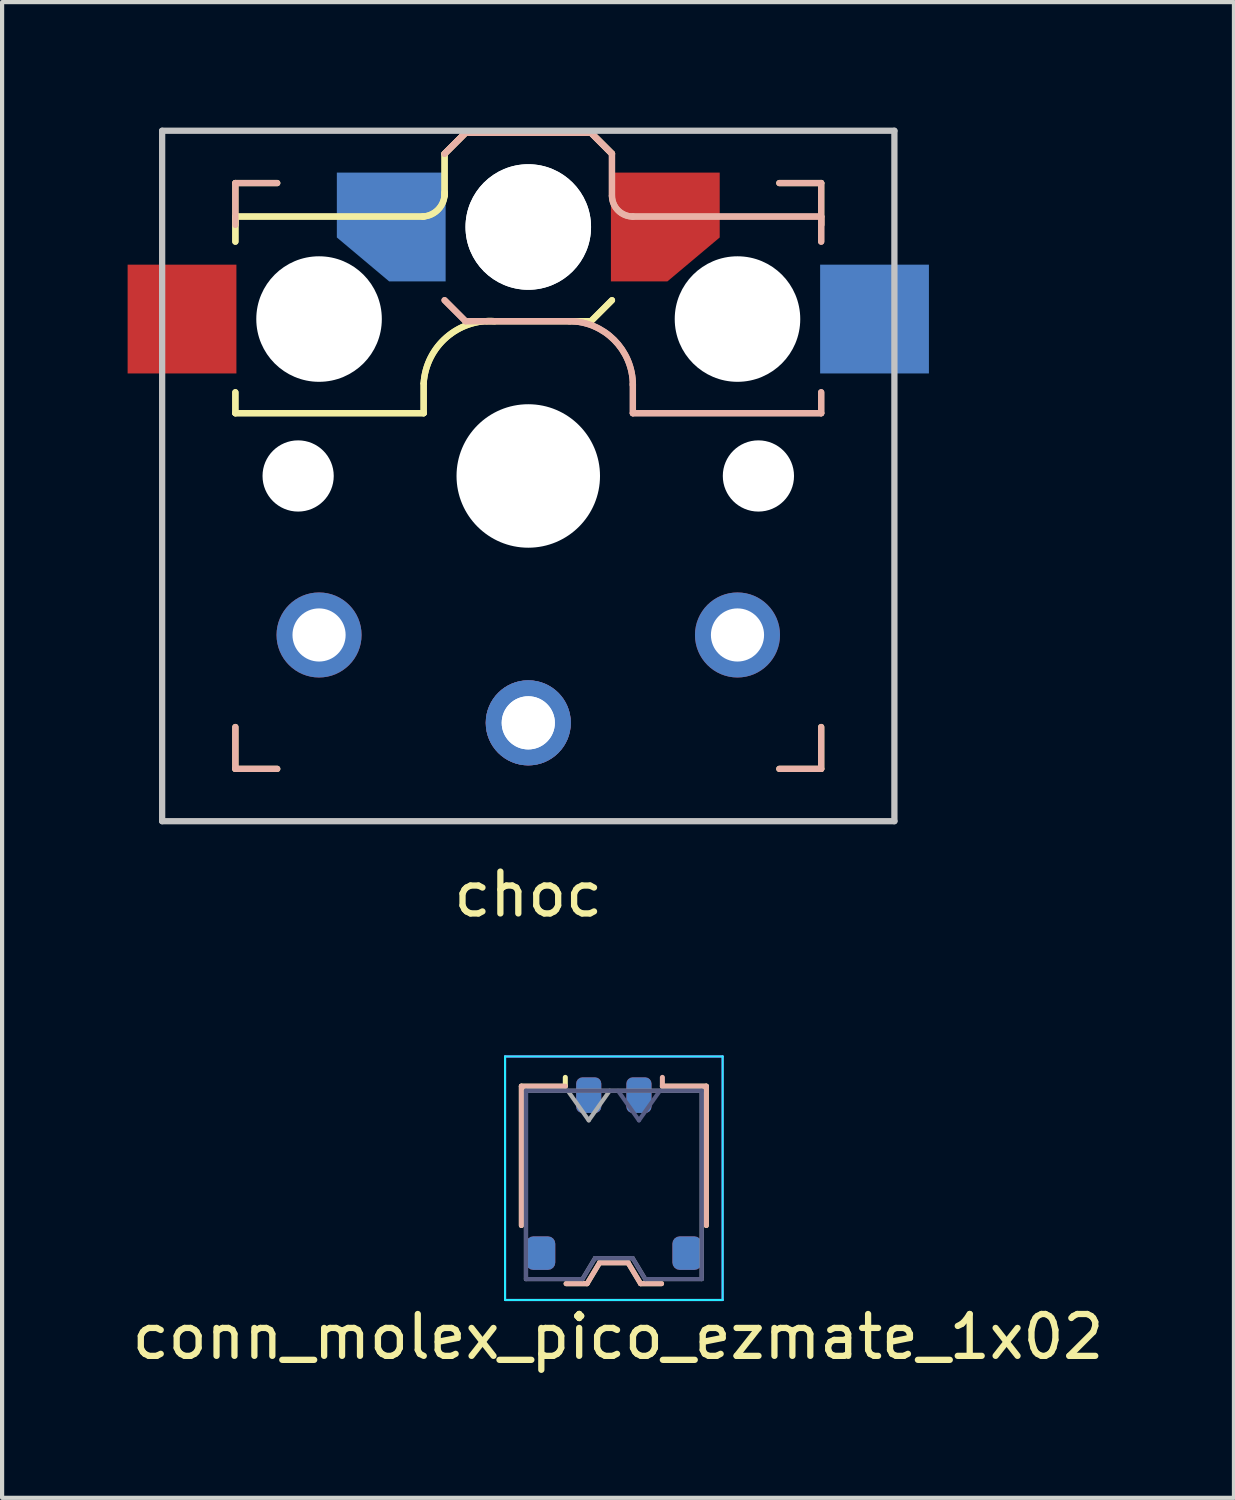
<source format=kicad_pcb>
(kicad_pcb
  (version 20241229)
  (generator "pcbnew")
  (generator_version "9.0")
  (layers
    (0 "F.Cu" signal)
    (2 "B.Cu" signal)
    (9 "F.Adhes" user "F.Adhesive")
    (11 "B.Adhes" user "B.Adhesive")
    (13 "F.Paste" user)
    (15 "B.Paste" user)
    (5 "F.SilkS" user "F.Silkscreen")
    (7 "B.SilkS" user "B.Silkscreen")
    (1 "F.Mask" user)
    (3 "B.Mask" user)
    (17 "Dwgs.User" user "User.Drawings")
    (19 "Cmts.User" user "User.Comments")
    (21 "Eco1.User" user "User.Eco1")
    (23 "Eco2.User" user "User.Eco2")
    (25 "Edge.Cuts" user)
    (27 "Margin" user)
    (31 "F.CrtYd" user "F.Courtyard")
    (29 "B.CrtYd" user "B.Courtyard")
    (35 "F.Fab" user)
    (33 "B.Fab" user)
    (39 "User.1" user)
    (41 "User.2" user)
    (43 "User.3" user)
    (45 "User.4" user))
  (footprint "choc"
    (layer "F.Cu")
    (at 9.575 8.325)
    (property "Reference" "choc" (at 0 10 0) (layer "F.SilkS") (effects (font (size 1 1) (thickness 0.15))))
    (attr through_hole)
    (fp_line (start -7 -6.2) (end -2.5 -6.2) (stroke (width 0.15) (type solid)) (layer "F.SilkS"))
    (fp_line (start -7 -6.2) (end -2.5 -6.2) (stroke (width 0.15) (type solid)) (layer "F.SilkS"))
    (fp_line (start -7 -6) (end -7 -7) (stroke (width 0.15) (type solid)) (layer "F.SilkS"))
    (fp_line (start -7 -5.6) (end -7 -6.2) (stroke (width 0.15) (type solid)) (layer "F.SilkS"))
    (fp_line (start -7 -5.6) (end -7 -6.2) (stroke (width 0.15) (type solid)) (layer "F.SilkS"))
    (fp_line (start -7 -1.5) (end -7 -2) (stroke (width 0.15) (type solid)) (layer "F.SilkS"))
    (fp_line (start -7 -1.5) (end -7 -2) (stroke (width 0.15) (type solid)) (layer "F.SilkS"))
    (fp_line (start -7 7) (end -7 6) (stroke (width 0.15) (type solid)) (layer "F.SilkS"))
    (fp_line (start -7 7) (end -6 7) (stroke (width 0.15) (type solid)) (layer "F.SilkS"))
    (fp_line (start -6 -7) (end -7 -7) (stroke (width 0.15) (type solid)) (layer "F.SilkS"))
    (fp_line (start -2.5 -2.2) (end -2.5 -1.5) (stroke (width 0.15) (type solid)) (layer "F.SilkS"))
    (fp_line (start -2.5 -2.2) (end -2.5 -1.5) (stroke (width 0.15) (type solid)) (layer "F.SilkS"))
    (fp_line (start -2.5 -1.5) (end -7 -1.5) (stroke (width 0.15) (type solid)) (layer "F.SilkS"))
    (fp_line (start -2.5 -1.5) (end -7 -1.5) (stroke (width 0.15) (type solid)) (layer "F.SilkS"))
    (fp_line (start -2 -6.7) (end -2 -7.7) (stroke (width 0.15) (type solid)) (layer "F.SilkS"))
    (fp_line (start -2 -6.7) (end -2 -7.7) (stroke (width 0.15) (type solid)) (layer "F.SilkS"))
    (fp_line (start -1.5 -8.2) (end -2 -7.7) (stroke (width 0.15) (type solid)) (layer "F.SilkS"))
    (fp_line (start -1.5 -8.2) (end -2 -7.7) (stroke (width 0.15) (type solid)) (layer "F.SilkS"))
    (fp_line (start 1.5 -8.2) (end -1.5 -8.2) (stroke (width 0.15) (type solid)) (layer "F.SilkS"))
    (fp_line (start 1.5 -8.2) (end -1.5 -8.2) (stroke (width 0.15) (type solid)) (layer "F.SilkS"))
    (fp_line (start 1.5 -3.7) (end -1 -3.7) (stroke (width 0.15) (type solid)) (layer "F.SilkS"))
    (fp_line (start 1.5 -3.7) (end -1 -3.7) (stroke (width 0.15) (type solid)) (layer "F.SilkS"))
    (fp_line (start 2 -7.7) (end 1.5 -8.2) (stroke (width 0.15) (type solid)) (layer "F.SilkS"))
    (fp_line (start 2 -7.7) (end 1.5 -8.2) (stroke (width 0.15) (type solid)) (layer "F.SilkS"))
    (fp_line (start 2 -4.2) (end 1.5 -3.7) (stroke (width 0.15) (type solid)) (layer "F.SilkS"))
    (fp_line (start 2 -4.2) (end 1.5 -3.7) (stroke (width 0.15) (type solid)) (layer "F.SilkS"))
    (fp_line (start 6 7) (end 7 7) (stroke (width 0.15) (type solid)) (layer "F.SilkS"))
    (fp_line (start 7 -7) (end 6 -7) (stroke (width 0.15) (type solid)) (layer "F.SilkS"))
    (fp_line (start 7 -7) (end 7 -6) (stroke (width 0.15) (type solid)) (layer "F.SilkS"))
    (fp_line (start 7 6) (end 7 7) (stroke (width 0.15) (type solid)) (layer "F.SilkS"))
    (fp_arc (start -2.5 -2.22) (mid -1.956518 -3.312082) (end -0.8 -3.7) (stroke (width 0.15) (type solid)) (layer "F.SilkS"))
    (fp_arc (start -2.5 -2.22) (mid -1.956518 -3.312082) (end -0.8 -3.7) (stroke (width 0.15) (type solid)) (layer "F.SilkS"))
    (fp_arc (start -2 -6.78) (mid -2.139878 -6.382304) (end -2.52 -6.2) (stroke (width 0.15) (type solid)) (layer "F.SilkS"))
    (fp_arc (start -2 -6.78) (mid -2.139878 -6.382304) (end -2.52 -6.2) (stroke (width 0.15) (type solid)) (layer "F.SilkS"))
    (fp_line (start -7 -6) (end -7 -7) (stroke (width 0.15) (type solid)) (layer "B.SilkS"))
    (fp_line (start -7 7) (end -7 6) (stroke (width 0.15) (type solid)) (layer "B.SilkS"))
    (fp_line (start -7 7) (end -6 7) (stroke (width 0.15) (type solid)) (layer "B.SilkS"))
    (fp_line (start -6 -7) (end -7 -7) (stroke (width 0.15) (type solid)) (layer "B.SilkS"))
    (fp_line (start -2 -7.7) (end -1.5 -8.2) (stroke (width 0.15) (type solid)) (layer "B.SilkS"))
    (fp_line (start -2 -7.7) (end -1.5 -8.2) (stroke (width 0.15) (type solid)) (layer "B.SilkS"))
    (fp_line (start -2 -4.2) (end -1.5 -3.7) (stroke (width 0.15) (type solid)) (layer "B.SilkS"))
    (fp_line (start -2 -4.2) (end -1.5 -3.7) (stroke (width 0.15) (type solid)) (layer "B.SilkS"))
    (fp_line (start -1.5 -8.2) (end 1.5 -8.2) (stroke (width 0.15) (type solid)) (layer "B.SilkS"))
    (fp_line (start -1.5 -8.2) (end 1.5 -8.2) (stroke (width 0.15) (type solid)) (layer "B.SilkS"))
    (fp_line (start -1.5 -3.7) (end 1 -3.7) (stroke (width 0.15) (type solid)) (layer "B.SilkS"))
    (fp_line (start -1.5 -3.7) (end 1 -3.7) (stroke (width 0.15) (type solid)) (layer "B.SilkS"))
    (fp_line (start 1.5 -8.2) (end 2 -7.7) (stroke (width 0.15) (type solid)) (layer "B.SilkS"))
    (fp_line (start 1.5 -8.2) (end 2 -7.7) (stroke (width 0.15) (type solid)) (layer "B.SilkS"))
    (fp_line (start 2 -6.7) (end 2 -7.7) (stroke (width 0.15) (type solid)) (layer "B.SilkS"))
    (fp_line (start 2 -6.7) (end 2 -7.7) (stroke (width 0.15) (type solid)) (layer "B.SilkS"))
    (fp_line (start 2.5 -2.2) (end 2.5 -1.5) (stroke (width 0.15) (type solid)) (layer "B.SilkS"))
    (fp_line (start 2.5 -2.2) (end 2.5 -1.5) (stroke (width 0.15) (type solid)) (layer "B.SilkS"))
    (fp_line (start 2.5 -1.5) (end 7 -1.5) (stroke (width 0.15) (type solid)) (layer "B.SilkS"))
    (fp_line (start 2.5 -1.5) (end 7 -1.5) (stroke (width 0.15) (type solid)) (layer "B.SilkS"))
    (fp_line (start 6 7) (end 7 7) (stroke (width 0.15) (type solid)) (layer "B.SilkS"))
    (fp_line (start 7 -7) (end 6 -7) (stroke (width 0.15) (type solid)) (layer "B.SilkS"))
    (fp_line (start 7 -7) (end 7 -6) (stroke (width 0.15) (type solid)) (layer "B.SilkS"))
    (fp_line (start 7 -6.2) (end 2.5 -6.2) (stroke (width 0.15) (type solid)) (layer "B.SilkS"))
    (fp_line (start 7 -6.2) (end 2.5 -6.2) (stroke (width 0.15) (type solid)) (layer "B.SilkS"))
    (fp_line (start 7 -5.6) (end 7 -6.2) (stroke (width 0.15) (type solid)) (layer "B.SilkS"))
    (fp_line (start 7 -5.6) (end 7 -6.2) (stroke (width 0.15) (type solid)) (layer "B.SilkS"))
    (fp_line (start 7 -1.5) (end 7 -2) (stroke (width 0.15) (type solid)) (layer "B.SilkS"))
    (fp_line (start 7 -1.5) (end 7 -2) (stroke (width 0.15) (type solid)) (layer "B.SilkS"))
    (fp_line (start 7 6) (end 7 7) (stroke (width 0.15) (type solid)) (layer "B.SilkS"))
    (fp_arc (start 0.97 -3.7) (mid 2.051873 -3.251873) (end 2.5 -2.17) (stroke (width 0.15) (type solid)) (layer "B.SilkS"))
    (fp_arc (start 0.97 -3.7) (mid 2.051873 -3.251873) (end 2.5 -2.17) (stroke (width 0.15) (type solid)) (layer "B.SilkS"))
    (fp_arc (start 2.500397 -6.199901) (mid 2.150071 -6.34272) (end 2 -6.690001) (stroke (width 0.15) (type solid)) (layer "B.SilkS"))
    (fp_arc (start 2.500397 -6.199901) (mid 2.150071 -6.34272) (end 2 -6.690001) (stroke (width 0.15) (type solid)) (layer "B.SilkS"))
    (fp_line (start -8.75 -8.25) (end 8.75 -8.25) (stroke (width 0.15) (type solid)) (layer "Dwgs.User"))
    (fp_line (start -8.75 8.25) (end -8.75 -8.25) (stroke (width 0.15) (type solid)) (layer "Dwgs.User"))
    (fp_line (start 8.75 -8.25) (end 8.75 8.25) (stroke (width 0.15) (type solid)) (layer "Dwgs.User"))
    (fp_line (start 8.75 8.25) (end -8.75 8.25) (stroke (width 0.15) (type solid)) (layer "Dwgs.User"))
    (pad "" np_thru_hole circle (at -5.5 0 195) (size 1.702 1.702) (drill 1.702) (layers "*.Cu" "*.Mask"))
    (pad "" np_thru_hole circle (at -5 -3.75 195) (size 3 3) (drill 3) (layers "*.Cu" "*.Mask"))
    (pad "" np_thru_hole circle (at 0 -5.95 195) (size 3 3) (drill 3) (layers "*.Cu" "*.Mask"))
    (pad "" np_thru_hole circle (at 0 -5.95 195) (size 3 3) (drill 3) (layers "*.Cu" "*.Mask"))
    (pad "" np_thru_hole circle (at 0 0 195) (size 3.429 3.429) (drill 3.429) (layers "*.Cu" "*.Mask"))
    (pad "" np_thru_hole circle (at 5 -3.75 195) (size 3 3) (drill 3) (layers "*.Cu" "*.Mask"))
    (pad "" np_thru_hole circle (at 5.5 0 195) (size 1.702 1.702) (drill 1.702) (layers "*.Cu" "*.Mask"))
    (pad "1" thru_hole circle (at -5 3.8 195) (size 2.032 2.032) (drill 1.27) (layers "*.Cu" "*.Mask"))
    (pad "1" smd custom (at -3.275 -5.95) (size 1 1) (layers "B.Cu" "B.Mask" "B.Paste") (options (anchor rect)) (primitives (gr_poly (pts (xy -1.3 -1.3) (xy -1.3 0.25) (xy -0.05 1.3) (xy 1.3 1.3) (xy 1.3 -1.3)) (width 0) (fill yes))))
    (pad "1" connect custom (at 3.275 -5.95) (size 0.5 0.5) (layers "F.Cu" "F.Mask") (options (anchor rect)) (primitives (gr_poly (pts (xy -1.3 -1.3) (xy -1.3 1.3) (xy 0.05 1.3) (xy 1.3 0.25) (xy 1.3 -1.3)) (width 0) (fill yes))))
    (pad "1" thru_hole circle (at 5 3.8 195) (size 2.032 2.032) (drill 1.27) (layers "*.Cu" "*.Mask"))
    (pad "2" smd rect (at -8.275 -3.75) (size 2.6 2.6) (layers "F.Cu" "F.Mask" "F.Paste"))
    (pad "2" thru_hole circle (at 0 5.9 195) (size 2.032 2.032) (drill 1.27) (layers "*.Cu" "*.Mask"))
    (pad "2" thru_hole circle (at 0 5.9 195) (size 2.032 2.032) (drill 1.27) (layers "*.Cu" "*.Mask"))
    (pad "2" smd rect (at 8.275 -3.75) (size 2.6 2.6) (layers "B.Cu" "B.Mask" "B.Paste")))
  (footprint "conn_molex_pico_ezmate_1x02"
    (layer "F.Cu")
    (at 11.62 24.998)
    (property "Reference" "conn_molex_pico_ezmate_1x02" (at 0.1 3.9 0) (layer "F.SilkS") (effects (font (size 1 1) (thickness 0.15))))
    (attr through_hole)
    (fp_line (start -2.21 -2.09) (end -1.16 -2.09) (stroke (width 0.12) (type solid)) (layer "F.SilkS"))
    (fp_line (start -2.21 1.24) (end -2.21 -2.09) (stroke (width 0.12) (type solid)) (layer "F.SilkS"))
    (fp_line (start -1.16 -2.09) (end -1.16 -2.3) (stroke (width 0.12) (type solid)) (layer "F.SilkS"))
    (fp_line (start -1.14 2.63) (end -0.64 2.63) (stroke (width 0.12) (type solid)) (layer "F.SilkS"))
    (fp_line (start -0.64 2.63) (end -0.34 2.13) (stroke (width 0.12) (type solid)) (layer "F.SilkS"))
    (fp_line (start -0.34 2.13) (end 0.34 2.13) (stroke (width 0.12) (type solid)) (layer "F.SilkS"))
    (fp_line (start 0.34 2.13) (end 0.64 2.63) (stroke (width 0.12) (type solid)) (layer "F.SilkS"))
    (fp_line (start 0.64 2.63) (end 1.14 2.63) (stroke (width 0.12) (type solid)) (layer "F.SilkS"))
    (fp_line (start 2.21 -2.09) (end 1.16 -2.09) (stroke (width 0.12) (type solid)) (layer "F.SilkS"))
    (fp_line (start 2.21 1.24) (end 2.21 -2.09) (stroke (width 0.12) (type solid)) (layer "F.SilkS"))
    (fp_line (start -2.21 -2.09) (end -1.16 -2.09) (stroke (width 0.12) (type solid)) (layer "B.SilkS"))
    (fp_line (start -2.21 1.24) (end -2.21 -2.09) (stroke (width 0.12) (type solid)) (layer "B.SilkS"))
    (fp_line (start -0.64 2.63) (end -1.14 2.63) (stroke (width 0.12) (type solid)) (layer "B.SilkS"))
    (fp_line (start -0.34 2.13) (end -0.64 2.63) (stroke (width 0.12) (type solid)) (layer "B.SilkS"))
    (fp_line (start 0.34 2.13) (end -0.34 2.13) (stroke (width 0.12) (type solid)) (layer "B.SilkS"))
    (fp_line (start 0.64 2.63) (end 0.34 2.13) (stroke (width 0.12) (type solid)) (layer "B.SilkS"))
    (fp_line (start 1.14 2.63) (end 0.64 2.63) (stroke (width 0.12) (type solid)) (layer "B.SilkS"))
    (fp_line (start 1.16 -2.09) (end 1.16 -2.3) (stroke (width 0.12) (type solid)) (layer "B.SilkS"))
    (fp_line (start 2.21 -2.09) (end 1.16 -2.09) (stroke (width 0.12) (type solid)) (layer "B.SilkS"))
    (fp_line (start 2.21 1.24) (end 2.21 -2.09) (stroke (width 0.12) (type solid)) (layer "B.SilkS"))
    (fp_line (start -2.6 -2.8) (end 2.6 -2.8) (stroke (width 0.05) (type solid)) (layer "B.CrtYd"))
    (fp_line (start -2.6 3.02) (end -2.6 -2.8) (stroke (width 0.05) (type solid)) (layer "B.CrtYd"))
    (fp_line (start 2.6 -2.8) (end 2.6 3.02) (stroke (width 0.05) (type solid)) (layer "B.CrtYd"))
    (fp_line (start 2.6 3.02) (end -2.6 3.02) (stroke (width 0.05) (type solid)) (layer "B.CrtYd"))
    (fp_line (start -2.6 -2.8) (end -2.6 3.02) (stroke (width 0.05) (type solid)) (layer "F.CrtYd"))
    (fp_line (start -2.6 3.02) (end 2.6 3.02) (stroke (width 0.05) (type solid)) (layer "F.CrtYd"))
    (fp_line (start 2.6 -2.8) (end -2.6 -2.8) (stroke (width 0.05) (type solid)) (layer "F.CrtYd"))
    (fp_line (start 2.6 3.02) (end 2.6 -2.8) (stroke (width 0.05) (type solid)) (layer "F.CrtYd"))
    (fp_line (start -2.1 -1.98) (end -2.1 2.52) (stroke (width 0.1) (type solid)) (layer "B.Fab"))
    (fp_line (start -0.75 2.52) (end -2.1 2.52) (stroke (width 0.1) (type solid)) (layer "B.Fab"))
    (fp_line (start -0.45 2.02) (end -0.75 2.52) (stroke (width 0.1) (type solid)) (layer "B.Fab"))
    (fp_line (start 0.45 2.02) (end -0.45 2.02) (stroke (width 0.1) (type solid)) (layer "B.Fab"))
    (fp_line (start 0.6 -1.273) (end 0.1 -1.98) (stroke (width 0.1) (type solid)) (layer "B.Fab"))
    (fp_line (start 0.75 2.52) (end 0.45 2.02) (stroke (width 0.1) (type solid)) (layer "B.Fab"))
    (fp_line (start 1.1 -1.98) (end 0.6 -1.273) (stroke (width 0.1) (type solid)) (layer "B.Fab"))
    (fp_line (start 2.1 -1.98) (end -2.1 -1.98) (stroke (width 0.1) (type solid)) (layer "B.Fab"))
    (fp_line (start 2.1 -1.98) (end 2.1 2.52) (stroke (width 0.1) (type solid)) (layer "B.Fab"))
    (fp_line (start 2.1 2.52) (end 0.75 2.52) (stroke (width 0.1) (type solid)) (layer "B.Fab"))
    (fp_line (start -2.1 -1.98) (end -2.1 2.52) (stroke (width 0.1) (type solid)) (layer "F.Fab"))
    (fp_line (start -2.1 -1.98) (end 2.1 -1.98) (stroke (width 0.1) (type solid)) (layer "F.Fab"))
    (fp_line (start -2.1 2.52) (end -0.75 2.52) (stroke (width 0.1) (type solid)) (layer "F.Fab"))
    (fp_line (start -1.1 -1.98) (end -0.6 -1.273) (stroke (width 0.1) (type solid)) (layer "F.Fab"))
    (fp_line (start -0.75 2.52) (end -0.45 2.02) (stroke (width 0.1) (type solid)) (layer "F.Fab"))
    (fp_line (start -0.6 -1.273) (end -0.1 -1.98) (stroke (width 0.1) (type solid)) (layer "F.Fab"))
    (fp_line (start -0.45 2.02) (end 0.45 2.02) (stroke (width 0.1) (type solid)) (layer "F.Fab"))
    (fp_line (start 0.45 2.02) (end 0.75 2.52) (stroke (width 0.1) (type solid)) (layer "F.Fab"))
    (fp_line (start 0.75 2.52) (end 2.1 2.52) (stroke (width 0.1) (type solid)) (layer "F.Fab"))
    (fp_line (start 2.1 -1.98) (end 2.1 2.52) (stroke (width 0.1) (type solid)) (layer "F.Fab"))
    (pad "1" smd roundrect (at -0.6 -1.875) (size 0.6 0.85) (layers "F.Cu" "F.Mask" "F.Paste") (roundrect_rratio 0.25))
    (pad "1" smd roundrect (at 0.6 -1.875 180) (size 0.6 0.85) (layers "B.Cu" "B.Mask" "B.Paste") (roundrect_rratio 0.25))
    (pad "2" smd roundrect (at -0.6 -1.875 180) (size 0.6 0.85) (layers "B.Cu" "B.Mask" "B.Paste") (roundrect_rratio 0.25))
    (pad "2" smd roundrect (at 0.6 -1.875) (size 0.6 0.85) (layers "F.Cu" "F.Mask" "F.Paste") (roundrect_rratio 0.25))
    (pad "MP" smd roundrect (at -1.75 1.9) (size 0.7 0.8) (layers "F.Cu" "F.Mask" "F.Paste") (roundrect_rratio 0.25))
    (pad "MP" smd roundrect (at -1.75 1.9 180) (size 0.7 0.8) (layers "B.Cu" "B.Mask" "B.Paste") (roundrect_rratio 0.25))
    (pad "MP" smd roundrect (at 1.75 1.9) (size 0.7 0.8) (layers "F.Cu" "F.Mask" "F.Paste") (roundrect_rratio 0.25))
    (pad "MP" smd roundrect (at 1.75 1.9 180) (size 0.7 0.8) (layers "B.Cu" "B.Mask" "B.Paste") (roundrect_rratio 0.25)))
  (gr_rect
    (start -3 -3)
    (end 26.44 32.746)
    (stroke (width 0.1) (type default))
    (fill no)
    (layer "Edge.Cuts")))
</source>
